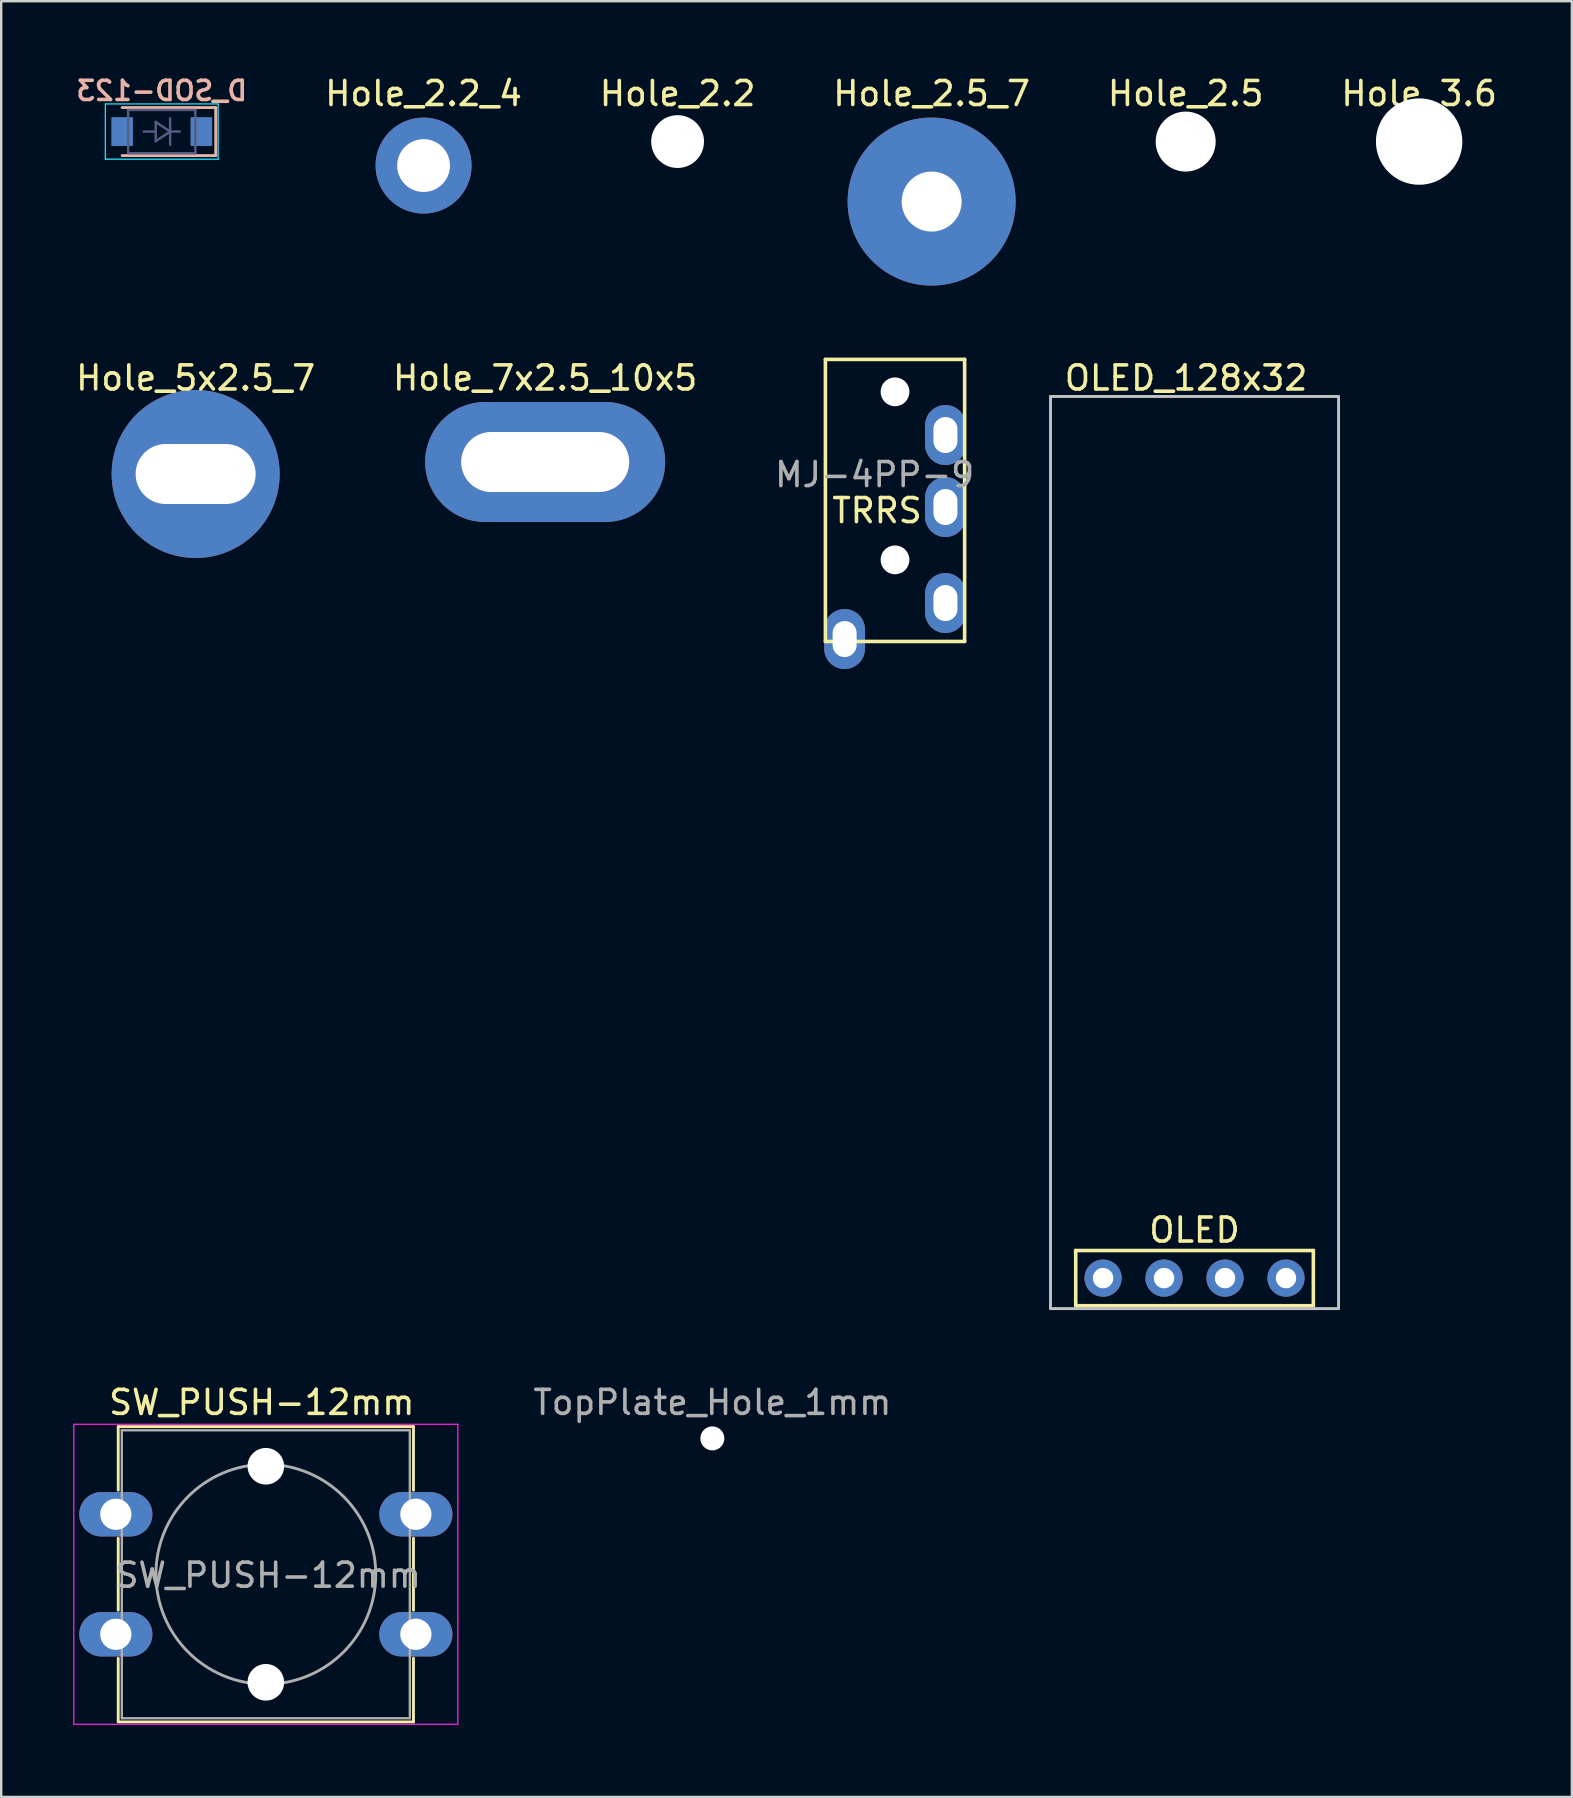
<source format=kicad_pcb>
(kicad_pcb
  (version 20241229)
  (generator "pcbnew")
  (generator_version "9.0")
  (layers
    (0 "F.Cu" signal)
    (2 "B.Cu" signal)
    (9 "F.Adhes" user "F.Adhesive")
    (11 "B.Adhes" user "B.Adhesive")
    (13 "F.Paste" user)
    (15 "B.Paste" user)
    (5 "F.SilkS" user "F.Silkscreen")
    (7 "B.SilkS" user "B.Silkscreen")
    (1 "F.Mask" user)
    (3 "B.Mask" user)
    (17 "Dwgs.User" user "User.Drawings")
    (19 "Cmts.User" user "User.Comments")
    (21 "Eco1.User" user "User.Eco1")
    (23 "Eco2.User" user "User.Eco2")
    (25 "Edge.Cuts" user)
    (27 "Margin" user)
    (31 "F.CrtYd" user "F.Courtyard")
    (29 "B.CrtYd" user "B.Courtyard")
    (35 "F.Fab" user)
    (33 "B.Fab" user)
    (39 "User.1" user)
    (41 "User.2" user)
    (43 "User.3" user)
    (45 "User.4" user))
  (footprint "Hole_5x2.5_7"
    (layer "F.Cu")
    (at 5.101 16.697)
    (property "Reference" "Hole_5x2.5_7" (at 0 -4 0) (layer "F.SilkS") (effects (font (size 1 1) (thickness 0.15))))
    (attr through_hole)
    (pad "1" thru_hole circle (at 0 0) (size 7 7) (drill oval 5 2.5) (layers "*.Cu" "*.Mask")))
  (footprint "Hole_3.6"
    (layer "F.Cu")
    (at 56.072 2.848)
    (property "Reference" "Hole_3.6" (at 0 -2 0) (layer "F.SilkS") (effects (font (size 1 1) (thickness 0.15))))
    (attr through_hole)
    (pad "" np_thru_hole circle (at 0 0) (size 3.6 3.6) (drill 3.6) (layers "*.Cu" "*.Mask")))
  (footprint "TopPlate_Hole_1mm"
    (layer "F.Cu")
    (at 26.627 56.875)
    (property "Reference" "TopPlate_Hole_1mm" (at 0 -1.5 0) (layer "F.Fab") (effects (font (size 1 1) (thickness 0.15))))
    (attr through_hole)
    (pad "" np_thru_hole circle (at 0 0) (size 1 1) (drill 1) (layers "*.Cu" "*.Mask")))
  (footprint "D_SOD-123"
    (layer "F.Cu")
    (at 3.688 2.431)
    (property "Reference" "D_SOD-123" (at 0 -1.7 0) (layer "B.SilkS") (effects (font (size 0.8 0.8) (thickness 0.15)) (justify mirror)))
    (attr smd)
    (fp_line (start 2.25 -1) (end -1.65 -1) (stroke (width 0.12) (type solid)) (layer "B.SilkS"))
    (fp_line (start 2.25 -1) (end 2.25 1) (stroke (width 0.12) (type solid)) (layer "B.SilkS"))
    (fp_line (start 2.25 1) (end -1.65 1) (stroke (width 0.12) (type solid)) (layer "B.SilkS"))
    (fp_line (start -2.35 -1.15) (end -2.35 1.15) (stroke (width 0.05) (type solid)) (layer "B.CrtYd"))
    (fp_line (start -2.35 1.15) (end 2.35 1.15) (stroke (width 0.05) (type solid)) (layer "B.CrtYd"))
    (fp_line (start 2.35 -1.15) (end -2.35 -1.15) (stroke (width 0.05) (type solid)) (layer "B.CrtYd"))
    (fp_line (start 2.35 -1.15) (end 2.35 1.15) (stroke (width 0.05) (type solid)) (layer "B.CrtYd"))
    (fp_line (start -1.4 -0.9) (end -1.4 0.9) (stroke (width 0.1) (type solid)) (layer "B.Fab"))
    (fp_line (start -1.4 0.9) (end 1.4 0.9) (stroke (width 0.1) (type solid)) (layer "B.Fab"))
    (fp_line (start -0.25 -0.4) (end -0.25 0.4) (stroke (width 0.1) (type solid)) (layer "B.Fab"))
    (fp_line (start -0.25 0) (end -0.75 0) (stroke (width 0.1) (type solid)) (layer "B.Fab"))
    (fp_line (start -0.25 0.4) (end 0.35 0) (stroke (width 0.1) (type solid)) (layer "B.Fab"))
    (fp_line (start 0.35 0) (end -0.25 -0.4) (stroke (width 0.1) (type solid)) (layer "B.Fab"))
    (fp_line (start 0.35 0) (end 0.35 -0.55) (stroke (width 0.1) (type solid)) (layer "B.Fab"))
    (fp_line (start 0.35 0) (end 0.35 0.55) (stroke (width 0.1) (type solid)) (layer "B.Fab"))
    (fp_line (start 0.75 0) (end 0.35 0) (stroke (width 0.1) (type solid)) (layer "B.Fab"))
    (fp_line (start 1.4 -0.9) (end -1.4 -0.9) (stroke (width 0.1) (type solid)) (layer "B.Fab"))
    (fp_line (start 1.4 0.9) (end 1.4 -0.9) (stroke (width 0.1) (type solid)) (layer "B.Fab"))
    (pad "1" smd rect (at 1.65 0 180) (size 0.9 1.2) (layers "B.Cu" "B.Mask" "B.Paste"))
    (pad "2" smd rect (at -1.65 0 180) (size 0.9 1.2) (layers "B.Cu" "B.Mask" "B.Paste")))
  (footprint "OLED_128x32"
    (layer "F.Cu")
    (at 46.715 50.197)
    (property "Reference" "OLED_128x32" (at -5.5 -37.5 0) (layer "F.SilkS") (effects (font (size 1 1) (thickness 0.15)) (justify left)))
    (attr through_hole)
    (fp_line (start -4.95 -1.15) (end 4.95 -1.15) (stroke (width 0.15) (type solid)) (layer "F.SilkS"))
    (fp_line (start -4.95 1.15) (end -4.95 -1.15) (stroke (width 0.15) (type solid)) (layer "F.SilkS"))
    (fp_line (start -4.95 1.15) (end 4.95 1.15) (stroke (width 0.15) (type solid)) (layer "F.SilkS"))
    (fp_line (start 4.95 -1.15) (end 4.95 1.15) (stroke (width 0.15) (type solid)) (layer "F.SilkS"))
    (fp_line (start -6 -36.73) (end 6 -36.73) (stroke (width 0.12) (type solid)) (layer "Dwgs.User"))
    (fp_line (start -6 1.27) (end -6 -36.73) (stroke (width 0.12) (type solid)) (layer "Dwgs.User"))
    (fp_line (start -6 1.27) (end 6 1.27) (stroke (width 0.12) (type solid)) (layer "Dwgs.User"))
    (fp_line (start 6 -36.73) (end 6 1.27) (stroke (width 0.12) (type solid)) (layer "Dwgs.User"))
    (fp_text user "OLED" (at 0 -2 0) (layer "F.SilkS") (effects (font (size 1 1) (thickness 0.15))))
    (pad "1" thru_hole circle (at -3.81 0) (size 1.55 1.55) (drill 0.85) (layers "*.Cu" "*.Mask"))
    (pad "2" thru_hole circle (at -1.27 0) (size 1.55 1.55) (drill 0.85) (layers "*.Cu" "*.Mask"))
    (pad "3" thru_hole circle (at 1.27 0) (size 1.55 1.55) (drill 0.85) (layers "*.Cu" "*.Mask"))
    (pad "4" thru_hole circle (at 3.81 0) (size 1.55 1.55) (drill 0.85) (layers "*.Cu" "*.Mask")))
  (footprint "MJ-4PP-9"
    (layer "F.Cu")
    (at 34.237 17.873)
    (property "Reference" "MJ-4PP-9" (at -0.85 -1.15 0) (layer "F.Fab") (effects (font (size 1 1) (thickness 0.15))))
    (attr through_hole)
    (fp_line (start -2.9 -5.95) (end 2.9 -5.95) (stroke (width 0.15) (type solid)) (layer "F.SilkS"))
    (fp_line (start -2.9 5.8) (end -2.9 -5.95) (stroke (width 0.15) (type solid)) (layer "F.SilkS"))
    (fp_line (start 2.9 -5.95) (end 2.9 5.8) (stroke (width 0.15) (type solid)) (layer "F.SilkS"))
    (fp_line (start 2.9 5.8) (end -2.9 5.8) (stroke (width 0.15) (type solid)) (layer "F.SilkS"))
    (fp_text user "TRRS" (at -0.75 0.35 0) (layer "F.SilkS") (effects (font (size 1 1) (thickness 0.15))))
    (pad "" np_thru_hole circle (at 0 -4.6) (size 1.2 1.2) (drill 1.2) (layers "*.Cu" "*.Mask"))
    (pad "" np_thru_hole circle (at 0 2.4) (size 1.2 1.2) (drill 1.2) (layers "*.Cu" "*.Mask"))
    (pad "R1" thru_hole oval (at 2.1 4.2) (size 1.7 2.5) (drill oval 1 1.5) (layers "*.Cu" "B.Mask"))
    (pad "R2" thru_hole oval (at 2.1 0.2) (size 1.7 2.5) (drill oval 1 1.5) (layers "*.Cu" "B.Mask"))
    (pad "S" thru_hole oval (at 2.1 -2.8) (size 1.7 2.5) (drill oval 1 1.5) (layers "*.Cu" "B.Mask"))
    (pad "T" thru_hole oval (at -2.1 5.7) (size 1.7 2.5) (drill oval 1 1.5) (layers "*.Cu" "B.Mask")))
  (footprint "Hole_2.5"
    (layer "F.Cu")
    (at 46.346 2.848)
    (property "Reference" "Hole_2.5" (at 0 -2 0) (layer "F.SilkS") (effects (font (size 1 1) (thickness 0.15))))
    (attr through_hole)
    (pad "" np_thru_hole circle (at 0 0) (size 2.5 2.5) (drill 2.5) (layers "*.Cu" "*.Mask")))
  (footprint "Hole_7x2.5_10x5"
    (layer "F.Cu")
    (at 19.661 16.197)
    (property "Reference" "Hole_7x2.5_10x5" (at 0 -3.5 0) (layer "F.SilkS") (effects (font (size 1 1) (thickness 0.15))))
    (attr through_hole)
    (pad "" thru_hole oval (at 0 0) (size 10 5) (drill oval 7 2.5) (layers "*.Cu" "*.Mask")))
  (footprint "Hole_2.5_7"
    (layer "F.Cu")
    (at 35.763 5.348)
    (property "Reference" "Hole_2.5_7" (at 0 -4.5 0) (layer "F.SilkS") (effects (font (size 1 1) (thickness 0.15))))
    (attr through_hole)
    (pad "" thru_hole circle (at 0 0) (size 7 7) (drill 2.5) (layers "*.Cu" "*.Mask")))
  (footprint "SW_PUSH-12mm"
    (layer "F.Cu")
    (at 8.025 62.535)
    (property "Reference" "SW_PUSH-12mm" (at -0.17 -7.16 0) (layer "F.SilkS") (effects (font (size 1 1) (thickness 0.15))))
    (attr through_hole)
    (fp_line (start -6.15 -6.15) (end 6.15 -6.15) (stroke (width 0.12) (type solid)) (layer "F.SilkS"))
    (fp_line (start -6.15 -3.5) (end -6.15 -6.15) (stroke (width 0.12) (type solid)) (layer "F.SilkS"))
    (fp_line (start -6.15 1.5) (end -6.15 -1.5) (stroke (width 0.12) (type solid)) (layer "F.SilkS"))
    (fp_line (start -6.15 6.15) (end -6.15 3.5) (stroke (width 0.12) (type solid)) (layer "F.SilkS"))
    (fp_line (start 6.15 -6.15) (end 6.15 -3.5) (stroke (width 0.12) (type solid)) (layer "F.SilkS"))
    (fp_line (start 6.15 -1.5) (end 6.15 1.5) (stroke (width 0.12) (type solid)) (layer "F.SilkS"))
    (fp_line (start 6.15 3.5) (end 6.15 6.15) (stroke (width 0.12) (type solid)) (layer "F.SilkS"))
    (fp_line (start 6.15 6.15) (end -6.15 6.15) (stroke (width 0.12) (type solid)) (layer "F.SilkS"))
    (fp_line (start -8 -6.25) (end -8 6.25) (stroke (width 0.05) (type solid)) (layer "F.CrtYd"))
    (fp_line (start -8 -6.25) (end 8 -6.25) (stroke (width 0.05) (type solid)) (layer "F.CrtYd"))
    (fp_line (start 8 6.25) (end -8 6.25) (stroke (width 0.05) (type solid)) (layer "F.CrtYd"))
    (fp_line (start 8 6.25) (end 8 -6.25) (stroke (width 0.05) (type solid)) (layer "F.CrtYd"))
    (fp_line (start -6 -6) (end -6 6) (stroke (width 0.1) (type solid)) (layer "F.Fab"))
    (fp_line (start -6 -6) (end 6 -6) (stroke (width 0.1) (type solid)) (layer "F.Fab"))
    (fp_line (start -6 6) (end 6 6) (stroke (width 0.1) (type solid)) (layer "F.Fab"))
    (fp_line (start 6 -6) (end 6 6) (stroke (width 0.1) (type solid)) (layer "F.Fab"))
    (fp_circle (center 0 0) (end 4.579 0) (stroke (width 0.12) (type solid)) (fill no) (layer "F.Fab"))
    (fp_text user "${REFERENCE}" (at 0.1 0.04 0) (layer "F.Fab") (effects (font (size 1 1) (thickness 0.15))))
    (pad "" np_thru_hole circle (at 0 -4.5) (size 1.524 1.524) (drill 1.8) (layers "*.Cu" "*.Mask"))
    (pad "" np_thru_hole circle (at 0 4.5) (size 1.524 1.524) (drill 1.8) (layers "*.Cu" "*.Mask"))
    (pad "1" thru_hole oval (at -6.25 -2.5) (size 3.048 1.85) (drill 1.3) (layers "*.Cu" "*.Mask"))
    (pad "1" thru_hole oval (at 6.25 -2.5) (size 3.048 1.85) (drill 1.3) (layers "*.Cu" "*.Mask"))
    (pad "2" thru_hole oval (at -6.25 2.5) (size 3.048 1.85) (drill 1.3) (layers "*.Cu" "*.Mask"))
    (pad "2" thru_hole oval (at 6.25 2.5) (size 3.048 1.85) (drill 1.3) (layers "*.Cu" "*.Mask")))
  (footprint "Hole_2.2"
    (layer "F.Cu")
    (at 25.179 2.848)
    (property "Reference" "Hole_2.2" (at 0 -2 0) (layer "F.SilkS") (effects (font (size 1 1) (thickness 0.15))))
    (attr through_hole)
    (pad "" np_thru_hole circle (at 0 0) (size 2.2 2.2) (drill 2.2) (layers "*.Cu" "*.Mask")))
  (footprint "Hole_2.2_4"
    (layer "F.Cu")
    (at 14.596 3.848)
    (property "Reference" "Hole_2.2_4" (at 0 -3 0) (layer "F.SilkS") (effects (font (size 1 1) (thickness 0.15))))
    (attr through_hole)
    (pad "" thru_hole circle (at 0 0) (size 4 4) (drill 2.2) (layers "*.Cu" "*.Mask")))
  (gr_rect
    (start -3 -3)
    (end 62.435 71.81)
    (stroke (width 0.1) (type default))
    (fill no)
    (layer "Edge.Cuts")))
</source>
